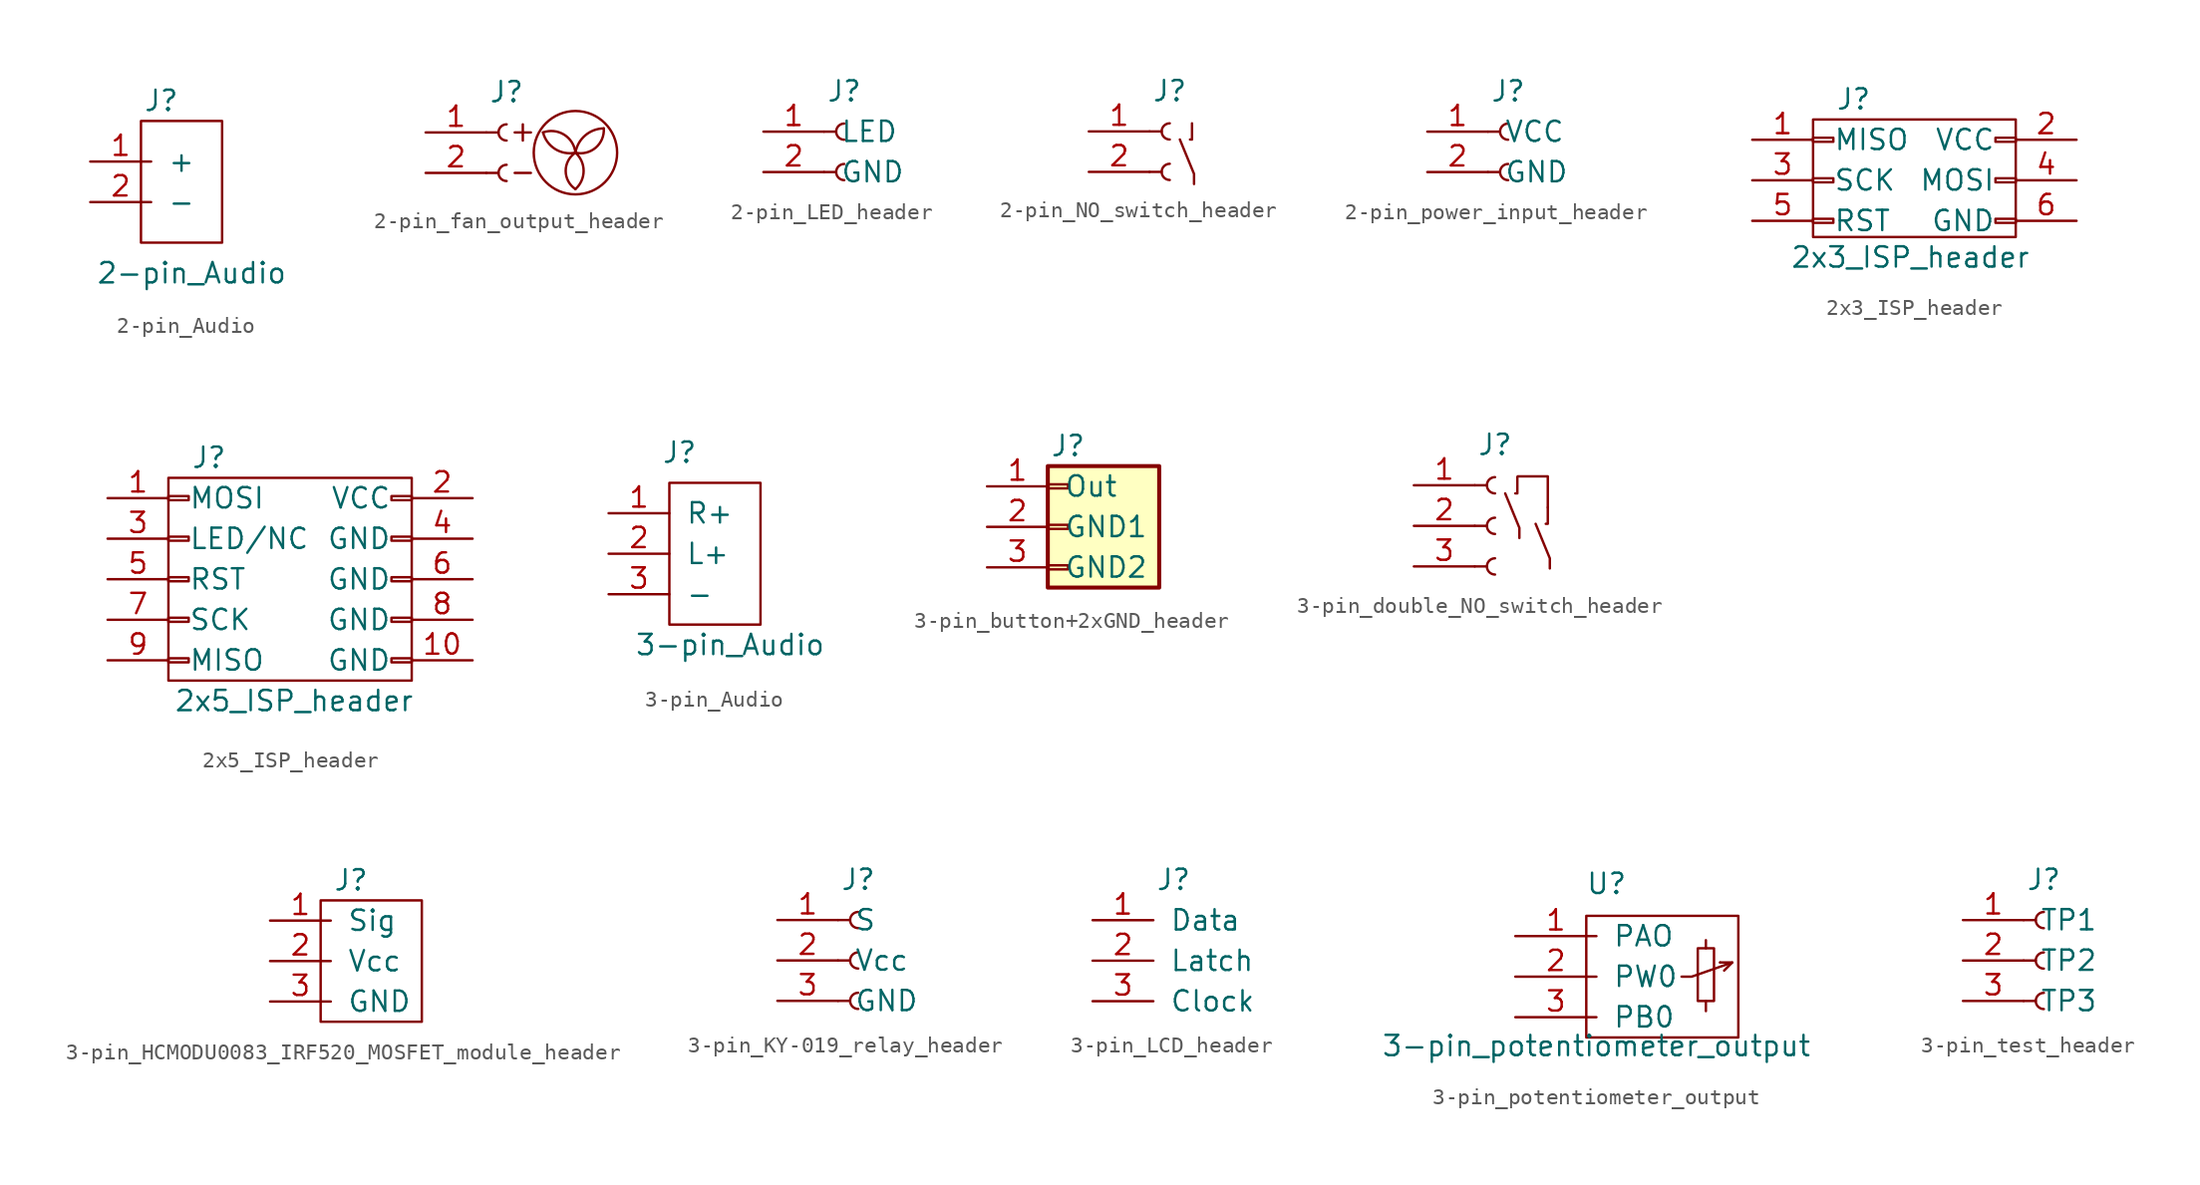
<source format=kicad_sym>
(kicad_symbol_lib
  (version 20211014)
  (generator kicad_symbol_editor)
  (symbol "2-pin_Audio"
    (pin_names
      (offset 1.016))
    (property "Reference" "J"
      (at -0.635 6.35 0)
      (effects (font (size 1.27 1.27))))
    (property "Value" "2-pin_Audio"
      (at 1.27 -4.445 0)
      (effects (font (size 1.27 1.27))))
    (symbol "2-pin_Audio_0_1"
      (polyline (pts (xy -1.905 5.08) (xy 3.175 5.08) (xy 3.175 -2.54) (xy -1.905 -2.54) (xy -1.905 5.08)) (stroke (width 0.152) (type default) (color 0 0 0 0)) (fill (type none))))
    (symbol "2-pin_Audio_1_1"
      (pin bidirectional line (at -5.08 2.54 0) (length 3.81) (name "+" (effects (font (size 1.27 1.27)))) (number "1" (effects (font (size 1.27 1.27)))))
      (pin bidirectional line (at -5.08 0 0) (length 3.81) (name "-" (effects (font (size 1.27 1.27)))) (number "2" (effects (font (size 1.27 1.27)))))))
  (symbol "2-pin_fan_output_header"
    (pin_names
      (offset 1.016) hide)
    (property "Reference" "J"
      (at 0 2.54 0)
      (effects (font (size 1.27 1.27))))
    (symbol "2-pin_fan_output_header_0_1"
      (polyline (pts (xy 0.508 -2.54) (xy 1.524 -2.54)) (stroke (width 0) (type default) (color 0 0 0 0)) (fill (type none)))
      (polyline (pts (xy 0.508 0) (xy 1.524 0)) (stroke (width 0) (type default) (color 0 0 0 0)) (fill (type none)))
      (polyline (pts (xy 1.016 -0.508) (xy 1.016 0.508)) (stroke (width 0) (type default) (color 0 0 0 0)) (fill (type none)))
      (arc (start 2.286 0) (mid 3.0473 -1.0425) (end 4.318 -1.27) (stroke (width 0) (type default) (color 0 0 0 0)) (fill (type none)))
      (arc (start 4.318 -3.556) (mid 4.8313 -2.413) (end 4.318 -1.27) (stroke (width 0) (type default) (color 0 0 0 0)) (fill (type none)))
      (arc (start 4.318 -1.27) (mid 3.6109 -0.1407) (end 2.286 0) (stroke (width 0) (type default) (color 0 0 0 0)) (fill (type none)))
      (arc (start 4.318 -1.27) (mid 3.7063 -2.413) (end 4.318 -3.556) (stroke (width 0) (type default) (color 0 0 0 0)) (fill (type none)))
      (arc (start 4.318 -1.27) (mid 5.5908 -0.9557) (end 6.096 0.254) (stroke (width 0) (type default) (color 0 0 0 0)) (fill (type none)))
      (circle (center 4.318 -1.27) (radius 2.616) (stroke (width 0) (type default) (color 0 0 0 0)) (fill (type none)))
      (arc (start 6.096 0.254) (mid 4.9311 -0.1861) (end 4.318 -1.27) (stroke (width 0) (type default) (color 0 0 0 0)) (fill (type none))))
    (symbol "2-pin_fan_output_header_1_1"
      (arc (start 0 -2.032) (mid -0.508 -2.54) (end 0 -3.048) (stroke (width 0.1524) (type default) (color 0 0 0 0)) (fill (type none)))
      (polyline (pts (xy -1.27 -2.54) (xy -0.508 -2.54)) (stroke (width 0.152) (type default) (color 0 0 0 0)) (fill (type none)))
      (polyline (pts (xy -1.27 0) (xy -0.508 0)) (stroke (width 0.152) (type default) (color 0 0 0 0)) (fill (type none)))
      (arc (start 0 0.508) (mid -0.508 0) (end 0 -0.508) (stroke (width 0.1524) (type default) (color 0 0 0 0)) (fill (type none)))
      (pin output line (at -5.08 0 0) (length 3.81) (name "VCC" (effects (font (size 1.27 1.27)))) (number "1" (effects (font (size 1.27 1.27)))))
      (pin output line (at -5.08 -2.54 0) (length 3.81) (name "GND" (effects (font (size 1.27 1.27)))) (number "2" (effects (font (size 1.27 1.27)))))))
  (symbol "2-pin_LED_header"
    (pin_names
      (offset 1.016))
    (property "Reference" "J"
      (at 0 5.08 0)
      (effects (font (size 1.27 1.27))))
    (symbol "2-pin_LED_header_1_1"
      (polyline (pts (xy -1.27 0) (xy -0.508 0)) (stroke (width 0.152) (type default) (color 0 0 0 0)) (fill (type none)))
      (polyline (pts (xy -1.27 2.54) (xy -0.508 2.54)) (stroke (width 0.152) (type default) (color 0 0 0 0)) (fill (type none)))
      (arc (start 0 0.508) (mid -0.508 0) (end 0 -0.508) (stroke (width 0.1524) (type default) (color 0 0 0 0)) (fill (type none)))
      (arc (start 0 3.048) (mid -0.508 2.54) (end 0 2.032) (stroke (width 0.1524) (type default) (color 0 0 0 0)) (fill (type none)))
      (pin passive line (at -5.08 2.54 0) (length 3.81) (name "LED" (effects (font (size 1.27 1.27)))) (number "1" (effects (font (size 1.27 1.27)))))
      (pin passive line (at -5.08 0 0) (length 3.81) (name "GND" (effects (font (size 1.27 1.27)))) (number "2" (effects (font (size 1.27 1.27)))))))
  (symbol "2-pin_NO_switch_header"
    (pin_names
      (offset 1.016) hide)
    (property "Reference" "J"
      (at 0 2.54 0)
      (effects (font (size 1.27 1.27))))
    (symbol "2-pin_NO_switch_header_0_1"
      (polyline (pts (xy 1.524 -3.302) (xy 1.524 -2.667) (xy 0.635 -0.508)) (stroke (width 0) (type default) (color 0 0 0 0)) (fill (type none)))
      (polyline (pts (xy 1.27 -0.508) (xy 1.397 -0.508) (xy 1.397 0.508) (xy 1.397 0.381)) (stroke (width 0) (type default) (color 0 0 0 0)) (fill (type none))))
    (symbol "2-pin_NO_switch_header_1_1"
      (arc (start 0 -2.032) (mid -0.508 -2.54) (end 0 -3.048) (stroke (width 0.1524) (type default) (color 0 0 0 0)) (fill (type none)))
      (polyline (pts (xy -1.27 -2.54) (xy -0.508 -2.54)) (stroke (width 0.152) (type default) (color 0 0 0 0)) (fill (type none)))
      (polyline (pts (xy -1.27 0) (xy -0.508 0)) (stroke (width 0.152) (type default) (color 0 0 0 0)) (fill (type none)))
      (arc (start 0 0.508) (mid -0.508 0) (end 0 -0.508) (stroke (width 0.1524) (type default) (color 0 0 0 0)) (fill (type none)))
      (pin input line (at -5.08 0 0) (length 3.81) (name "+" (effects (font (size 1.27 1.27)))) (number "1" (effects (font (size 1.27 1.27)))))
      (pin output line (at -5.08 -2.54 0) (length 3.81) (name "Sig" (effects (font (size 1.27 1.27)))) (number "2" (effects (font (size 1.27 1.27)))))))
  (symbol "2-pin_power_input_header"
    (pin_names
      (offset 1.016))
    (property "Reference" "J"
      (at 0 2.54 0)
      (effects (font (size 1.27 1.27))))
    (symbol "2-pin_power_input_header_1_1"
      (arc (start 0 -2.032) (mid -0.508 -2.54) (end 0 -3.048) (stroke (width 0.1524) (type default) (color 0 0 0 0)) (fill (type none)))
      (polyline (pts (xy -1.27 -2.54) (xy -0.508 -2.54)) (stroke (width 0.152) (type default) (color 0 0 0 0)) (fill (type none)))
      (polyline (pts (xy -1.27 0) (xy -0.508 0)) (stroke (width 0.152) (type default) (color 0 0 0 0)) (fill (type none)))
      (arc (start 0 0.508) (mid -0.508 0) (end 0 -0.508) (stroke (width 0.1524) (type default) (color 0 0 0 0)) (fill (type none)))
      (pin power_out line (at -5.08 0 0) (length 3.81) (name "VCC" (effects (font (size 1.27 1.27)))) (number "1" (effects (font (size 1.27 1.27)))))
      (pin power_out line (at -5.08 -2.54 0) (length 3.81) (name "GND" (effects (font (size 1.27 1.27)))) (number "2" (effects (font (size 1.27 1.27)))))))
  (symbol "2x3_ISP_header"
    (pin_names
      (offset 1.27))
    (property "Reference" "J"
      (at 1.27 5.08 0)
      (effects (font (size 1.27 1.27))))
    (property "Value" "2x3_ISP_header"
      (at 4.826 -4.826 0)
      (effects (font (size 1.27 1.27))))
    (symbol "2x3_ISP_header_0_1"
      (rectangle (start -1.27 -3.556) (end 11.43 3.81) (stroke (width 0) (type default) (color 0 0 0 0)) (fill (type none))))
    (symbol "2x3_ISP_header_1_1"
      (rectangle (start -1.27 -2.413) (end 0 -2.667) (stroke (width 0.152) (type default) (color 0 0 0 0)) (fill (type none)))
      (rectangle (start -1.27 0.127) (end 0 -0.127) (stroke (width 0.152) (type default) (color 0 0 0 0)) (fill (type none)))
      (rectangle (start -1.27 2.667) (end 0 2.413) (stroke (width 0.152) (type default) (color 0 0 0 0)) (fill (type none)))
      (rectangle (start 11.43 -2.413) (end 10.16 -2.667) (stroke (width 0.152) (type default) (color 0 0 0 0)) (fill (type none)))
      (rectangle (start 11.43 0.127) (end 10.16 -0.127) (stroke (width 0.152) (type default) (color 0 0 0 0)) (fill (type none)))
      (rectangle (start 11.43 2.667) (end 10.16 2.413) (stroke (width 0.152) (type default) (color 0 0 0 0)) (fill (type none)))
      (pin passive line (at -5.08 2.54 0) (length 3.81) (name "MISO" (effects (font (size 1.27 1.27)))) (number "1" (effects (font (size 1.27 1.27)))))
      (pin passive line (at 15.24 2.54 180) (length 3.81) (name "VCC" (effects (font (size 1.27 1.27)))) (number "2" (effects (font (size 1.27 1.27)))))
      (pin passive line (at -5.08 0 0) (length 3.81) (name "SCK" (effects (font (size 1.27 1.27)))) (number "3" (effects (font (size 1.27 1.27)))))
      (pin passive line (at 15.24 0 180) (length 3.81) (name "MOSI" (effects (font (size 1.27 1.27)))) (number "4" (effects (font (size 1.27 1.27)))))
      (pin passive line (at -5.08 -2.54 0) (length 3.81) (name "RST" (effects (font (size 1.27 1.27)))) (number "5" (effects (font (size 1.27 1.27)))))
      (pin passive line (at 15.24 -2.54 180) (length 3.81) (name "GND" (effects (font (size 1.27 1.27)))) (number "6" (effects (font (size 1.27 1.27)))))))
  (symbol "2x5_ISP_header"
    (pin_names
      (offset 1.27))
    (property "Reference" "J"
      (at 1.27 7.62 0)
      (effects (font (size 1.27 1.27))))
    (property "Value" "2x5_ISP_header"
      (at 6.604 -7.62 0)
      (effects (font (size 1.27 1.27))))
    (symbol "2x5_ISP_header_0_1"
      (rectangle (start -1.27 -6.35) (end 13.97 6.35) (stroke (width 0) (type default) (color 0 0 0 0)) (fill (type none))))
    (symbol "2x5_ISP_header_1_1"
      (rectangle (start -1.27 -4.953) (end 0 -5.207) (stroke (width 0.152) (type default) (color 0 0 0 0)) (fill (type none)))
      (rectangle (start -1.27 -2.413) (end 0 -2.667) (stroke (width 0.152) (type default) (color 0 0 0 0)) (fill (type none)))
      (rectangle (start -1.27 0.127) (end 0 -0.127) (stroke (width 0.152) (type default) (color 0 0 0 0)) (fill (type none)))
      (rectangle (start -1.27 2.667) (end 0 2.413) (stroke (width 0.152) (type default) (color 0 0 0 0)) (fill (type none)))
      (rectangle (start -1.27 5.207) (end 0 4.953) (stroke (width 0.152) (type default) (color 0 0 0 0)) (fill (type none)))
      (rectangle (start 13.97 -4.953) (end 12.7 -5.207) (stroke (width 0.152) (type default) (color 0 0 0 0)) (fill (type none)))
      (rectangle (start 13.97 -2.413) (end 12.7 -2.667) (stroke (width 0.152) (type default) (color 0 0 0 0)) (fill (type none)))
      (rectangle (start 13.97 0.127) (end 12.7 -0.127) (stroke (width 0.152) (type default) (color 0 0 0 0)) (fill (type none)))
      (rectangle (start 13.97 2.667) (end 12.7 2.413) (stroke (width 0.152) (type default) (color 0 0 0 0)) (fill (type none)))
      (rectangle (start 13.97 5.207) (end 12.7 4.953) (stroke (width 0.152) (type default) (color 0 0 0 0)) (fill (type none)))
      (pin passive line (at -5.08 5.08 0) (length 3.81) (name "MOSI" (effects (font (size 1.27 1.27)))) (number "1" (effects (font (size 1.27 1.27)))))
      (pin passive line (at 17.78 -5.08 180) (length 3.81) (name "GND" (effects (font (size 1.27 1.27)))) (number "10" (effects (font (size 1.27 1.27)))))
      (pin passive line (at 17.78 5.08 180) (length 3.81) (name "VCC" (effects (font (size 1.27 1.27)))) (number "2" (effects (font (size 1.27 1.27)))))
      (pin passive line (at -5.08 2.54 0) (length 3.81) (name "LED/NC" (effects (font (size 1.27 1.27)))) (number "3" (effects (font (size 1.27 1.27)))))
      (pin passive line (at 17.78 2.54 180) (length 3.81) (name "GND" (effects (font (size 1.27 1.27)))) (number "4" (effects (font (size 1.27 1.27)))))
      (pin passive line (at -5.08 0 0) (length 3.81) (name "RST" (effects (font (size 1.27 1.27)))) (number "5" (effects (font (size 1.27 1.27)))))
      (pin passive line (at 17.78 0 180) (length 3.81) (name "GND" (effects (font (size 1.27 1.27)))) (number "6" (effects (font (size 1.27 1.27)))))
      (pin passive line (at -5.08 -2.54 0) (length 3.81) (name "SCK" (effects (font (size 1.27 1.27)))) (number "7" (effects (font (size 1.27 1.27)))))
      (pin passive line (at 17.78 -2.54 180) (length 3.81) (name "GND" (effects (font (size 1.27 1.27)))) (number "8" (effects (font (size 1.27 1.27)))))
      (pin passive line (at -5.08 -5.08 0) (length 3.81) (name "MISO" (effects (font (size 1.27 1.27)))) (number "9" (effects (font (size 1.27 1.27)))))))
  (symbol "3-pin_Audio"
    (pin_names
      (offset 1.016))
    (property "Reference" "J"
      (at -0.635 6.35 0)
      (effects (font (size 1.27 1.27))))
    (property "Value" "3-pin_Audio"
      (at 2.54 -5.715 0)
      (effects (font (size 1.27 1.27))))
    (symbol "3-pin_Audio_0_1"
      (polyline (pts (xy -1.27 4.445) (xy 4.445 4.445) (xy 4.445 -3.81) (xy 4.445 -4.445) (xy -1.27 -4.445) (xy -1.27 4.445)) (stroke (width 0.152) (type default) (color 0 0 0 0)) (fill (type none))))
    (symbol "3-pin_Audio_1_1"
      (pin bidirectional line (at -5.08 2.54 0) (length 3.81) (name "R+" (effects (font (size 1.27 1.27)))) (number "1" (effects (font (size 1.27 1.27)))))
      (pin bidirectional line (at -5.08 0 0) (length 3.81) (name "L+" (effects (font (size 1.27 1.27)))) (number "2" (effects (font (size 1.27 1.27)))))
      (pin bidirectional line (at -5.08 -2.54 0) (length 3.81) (name "-" (effects (font (size 1.27 1.27)))) (number "3" (effects (font (size 1.27 1.27)))))))
  (symbol "3-pin_button+2xGND_header"
    (pin_names
      (offset 1.016))
    (property "Reference" "J"
      (at 0 5.08 0)
      (effects (font (size 1.27 1.27))))
    (symbol "3-pin_button+2xGND_header_1_1"
      (rectangle (start -1.27 -2.413) (end 0 -2.667) (stroke (width 0.152) (type default) (color 0 0 0 0)) (fill (type none)))
      (rectangle (start -1.27 0.127) (end 0 -0.127) (stroke (width 0.152) (type default) (color 0 0 0 0)) (fill (type none)))
      (rectangle (start -1.27 2.667) (end 0 2.413) (stroke (width 0.152) (type default) (color 0 0 0 0)) (fill (type none)))
      (rectangle (start -1.27 3.81) (end 5.715 -3.81) (stroke (width 0.254) (type default) (color 0 0 0 0)) (fill (type background)))
      (pin output line (at -5.08 2.54 0) (length 3.81) (name "Out" (effects (font (size 1.27 1.27)))) (number "1" (effects (font (size 1.27 1.27)))))
      (pin power_in line (at -5.08 0 0) (length 3.81) (name "GND1" (effects (font (size 1.27 1.27)))) (number "2" (effects (font (size 1.27 1.27)))))
      (pin power_in line (at -5.08 -2.54 0) (length 3.81) (name "GND2" (effects (font (size 1.27 1.27)))) (number "3" (effects (font (size 1.27 1.27)))))))
  (symbol "3-pin_double_NO_switch_header"
    (pin_names
      (offset 1.016) hide)
    (property "Reference" "J"
      (at 0 2.54 0)
      (effects (font (size 1.27 1.27))))
    (symbol "3-pin_double_NO_switch_header_0_1"
      (polyline (pts (xy 1.524 -3.302) (xy 1.524 -2.667) (xy 0.635 -0.508)) (stroke (width 0) (type default) (color 0 0 0 0)) (fill (type none)))
      (polyline (pts (xy 1.27 -0.508) (xy 1.397 -0.508) (xy 1.397 0.508) (xy 1.397 0.381)) (stroke (width 0) (type default) (color 0 0 0 0)) (fill (type none)))
      (polyline (pts (xy 1.422 0.559) (xy 3.302 0.559) (xy 3.302 -1.321) (xy 3.302 -1.372) (xy 3.302 -1.321)) (stroke (width 0) (type default) (color 0 0 0 0)) (fill (type none))))
    (symbol "3-pin_double_NO_switch_header_1_1"
      (arc (start 0 -4.572) (mid -0.508 -5.08) (end 0 -5.588) (stroke (width 0.1524) (type default) (color 0 0 0 0)) (fill (type none)))
      (arc (start 0 -2.032) (mid -0.508 -2.54) (end 0 -3.048) (stroke (width 0.1524) (type default) (color 0 0 0 0)) (fill (type none)))
      (polyline (pts (xy -1.27 -5.08) (xy -0.508 -5.08)) (stroke (width 0.152) (type default) (color 0 0 0 0)) (fill (type none)))
      (polyline (pts (xy -1.27 -2.54) (xy -0.508 -2.54)) (stroke (width 0.152) (type default) (color 0 0 0 0)) (fill (type none)))
      (polyline (pts (xy -1.27 0) (xy -0.508 0)) (stroke (width 0.152) (type default) (color 0 0 0 0)) (fill (type none)))
      (polyline (pts (xy 3.429 -5.207) (xy 3.429 -4.572) (xy 2.54 -2.413)) (stroke (width 0) (type default) (color 0 0 0 0)) (fill (type none)))
      (polyline (pts (xy 3.175 -2.413) (xy 3.302 -2.413) (xy 3.302 -1.397) (xy 3.302 -1.524)) (stroke (width 0) (type default) (color 0 0 0 0)) (fill (type none)))
      (arc (start 0 0.508) (mid -0.508 0) (end 0 -0.508) (stroke (width 0.1524) (type default) (color 0 0 0 0)) (fill (type none)))
      (pin input line (at -5.08 0 0) (length 3.81) (name "+" (effects (font (size 1.27 1.27)))) (number "1" (effects (font (size 1.27 1.27)))))
      (pin output line (at -5.08 -2.54 0) (length 3.81) (name "Sig" (effects (font (size 1.27 1.27)))) (number "2" (effects (font (size 1.27 1.27)))))
      (pin output line (at -5.08 -5.08 0) (length 3.81) (name "Sig" (effects (font (size 1.27 1.27)))) (number "3" (effects (font (size 1.27 1.27)))))))
  (symbol "3-pin_HCMODU0083_IRF520_MOSFET_module_header"
    (pin_names
      (offset 1.016))
    (property "Reference" "J"
      (at 0 5.08 0)
      (effects (font (size 1.27 1.27))))
    (symbol "3-pin_HCMODU0083_IRF520_MOSFET_module_header_0_1"
      (polyline (pts (xy -1.905 3.81) (xy -1.905 -3.81) (xy 4.445 -3.81) (xy 4.445 3.81) (xy -1.905 3.81)) (stroke (width 0) (type default) (color 0 0 0 0)) (fill (type none))))
    (symbol "3-pin_HCMODU0083_IRF520_MOSFET_module_header_1_1"
      (pin input line (at -5.08 2.54 0) (length 3.81) (name "Sig" (effects (font (size 1.27 1.27)))) (number "1" (effects (font (size 1.27 1.27)))))
      (pin power_in line (at -5.08 0 0) (length 3.81) (name "Vcc" (effects (font (size 1.27 1.27)))) (number "2" (effects (font (size 1.27 1.27)))))
      (pin power_in line (at -5.08 -2.54 0) (length 3.81) (name "GND" (effects (font (size 1.27 1.27)))) (number "3" (effects (font (size 1.27 1.27)))))))
  (symbol "3-pin_KY-019_relay_header"
    (pin_names
      (offset 1.016))
    (property "Reference" "J"
      (at 0 5.08 0)
      (effects (font (size 1.27 1.27))))
    (symbol "3-pin_KY-019_relay_header_1_1"
      (arc (start 0 -2.032) (mid -0.508 -2.54) (end 0 -3.048) (stroke (width 0.1524) (type default) (color 0 0 0 0)) (fill (type none)))
      (polyline (pts (xy -1.27 -2.54) (xy -0.508 -2.54)) (stroke (width 0.152) (type default) (color 0 0 0 0)) (fill (type none)))
      (polyline (pts (xy -1.27 0) (xy -0.508 0)) (stroke (width 0.152) (type default) (color 0 0 0 0)) (fill (type none)))
      (polyline (pts (xy -1.27 2.54) (xy -0.508 2.54)) (stroke (width 0.152) (type default) (color 0 0 0 0)) (fill (type none)))
      (arc (start 0 0.508) (mid -0.508 0) (end 0 -0.508) (stroke (width 0.1524) (type default) (color 0 0 0 0)) (fill (type none)))
      (arc (start 0 3.048) (mid -0.508 2.54) (end 0 2.032) (stroke (width 0.1524) (type default) (color 0 0 0 0)) (fill (type none)))
      (pin input line (at -5.08 2.54 0) (length 3.81) (name "S" (effects (font (size 1.27 1.27)))) (number "1" (effects (font (size 1.27 1.27)))))
      (pin power_in line (at -5.08 0 0) (length 3.81) (name "Vcc" (effects (font (size 1.27 1.27)))) (number "2" (effects (font (size 1.27 1.27)))))
      (pin power_in line (at -5.08 -2.54 0) (length 3.81) (name "GND" (effects (font (size 1.27 1.27)))) (number "3" (effects (font (size 1.27 1.27)))))))
  (symbol "3-pin_LCD_header"
    (pin_names
      (offset 1.016))
    (property "Reference" "J"
      (at 0 5.08 0)
      (effects (font (size 1.27 1.27))))
    (symbol "3-pin_LCD_header_1_1"
      (pin input line (at -5.08 2.54 0) (length 3.81) (name "Data" (effects (font (size 1.27 1.27)))) (number "1" (effects (font (size 1.27 1.27)))))
      (pin input line (at -5.08 0 0) (length 3.81) (name "Latch" (effects (font (size 1.27 1.27)))) (number "2" (effects (font (size 1.27 1.27)))))
      (pin input line (at -5.08 -2.54 0) (length 3.81) (name "Clock" (effects (font (size 1.27 1.27)))) (number "3" (effects (font (size 1.27 1.27)))))))
  (symbol "3-pin_potentiometer_output"
    (pin_names
      (offset 1.016))
    (property "Reference" "U"
      (at 5.715 2.54 0)
      (effects (font (size 1.27 1.27)) (justify bottom)))
    (property "Value" "3-pin_potentiometer_output"
      (at 5.08 -7.62 0)
      (effects (font (size 1.27 1.27)) (justify bottom)))
    (symbol "3-pin_potentiometer_output_0_1"
      (polyline (pts (xy 11.938 -4.064) (xy 11.938 -4.699)) (stroke (width 0) (type default) (color 0 0 0 0)) (fill (type none)))
      (polyline (pts (xy 11.938 -0.254) (xy 11.938 -0.762)) (stroke (width 0) (type default) (color 0 0 0 0)) (fill (type none)))
      (polyline (pts (xy 12.827 -1.651) (xy 12.827 -1.651)) (stroke (width 0) (type default) (color 0 0 0 0)) (fill (type none)))
      (polyline (pts (xy 13.589 -1.651) (xy 13.081 -2.159)) (stroke (width 0) (type default) (color 0 0 0 0)) (fill (type none)))
      (polyline (pts (xy 10.414 -2.54) (xy 11.049 -2.54) (xy 13.589 -1.651) (xy 12.827 -1.651)) (stroke (width 0) (type default) (color 0 0 0 0)) (fill (type none)))
      (polyline (pts (xy 4.445 1.27) (xy 13.97 1.27) (xy 13.97 -6.35) (xy 4.445 -6.35) (xy 4.445 1.27)) (stroke (width 0) (type default) (color 0 0 0 0)) (fill (type none)))
      (polyline (pts (xy 11.43 -0.762) (xy 12.446 -0.762) (xy 12.446 -4.064) (xy 11.43 -4.064) (xy 11.43 -0.762)) (stroke (width 0) (type default) (color 0 0 0 0)) (fill (type none))))
    (symbol "3-pin_potentiometer_output_1_1"
      (pin input line (at 0 0 0) (length 5.08) (name "PAO" (effects (font (size 1.27 1.27)))) (number "1" (effects (font (size 1.27 1.27)))))
      (pin output line (at 0 -2.54 0) (length 5.08) (name "PW0" (effects (font (size 1.27 1.27)))) (number "2" (effects (font (size 1.27 1.27)))))
      (pin input line (at 0 -5.08 0) (length 5.08) (name "PB0" (effects (font (size 1.27 1.27)))) (number "3" (effects (font (size 1.27 1.27)))))))
  (symbol "3-pin_test_header"
    (pin_names
      (offset 1.016))
    (property "Reference" "J"
      (at 0 5.08 0)
      (effects (font (size 1.27 1.27))))
    (symbol "3-pin_test_header_1_1"
      (arc (start 0 -2.032) (mid -0.508 -2.54) (end 0 -3.048) (stroke (width 0.1524) (type default) (color 0 0 0 0)) (fill (type none)))
      (polyline (pts (xy -1.27 -2.54) (xy -0.508 -2.54)) (stroke (width 0.152) (type default) (color 0 0 0 0)) (fill (type none)))
      (polyline (pts (xy -1.27 0) (xy -0.508 0)) (stroke (width 0.152) (type default) (color 0 0 0 0)) (fill (type none)))
      (polyline (pts (xy -1.27 2.54) (xy -0.508 2.54)) (stroke (width 0.152) (type default) (color 0 0 0 0)) (fill (type none)))
      (arc (start 0 0.508) (mid -0.508 0) (end 0 -0.508) (stroke (width 0.1524) (type default) (color 0 0 0 0)) (fill (type none)))
      (arc (start 0 3.048) (mid -0.508 2.54) (end 0 2.032) (stroke (width 0.1524) (type default) (color 0 0 0 0)) (fill (type none)))
      (pin input line (at -5.08 2.54 0) (length 3.81) (name "TP1" (effects (font (size 1.27 1.27)))) (number "1" (effects (font (size 1.27 1.27)))))
      (pin input line (at -5.08 0 0) (length 3.81) (name "TP2" (effects (font (size 1.27 1.27)))) (number "2" (effects (font (size 1.27 1.27)))))
      (pin input line (at -5.08 -2.54 0) (length 3.81) (name "TP3" (effects (font (size 1.27 1.27)))) (number "3" (effects (font (size 1.27 1.27))))))))
</source>
